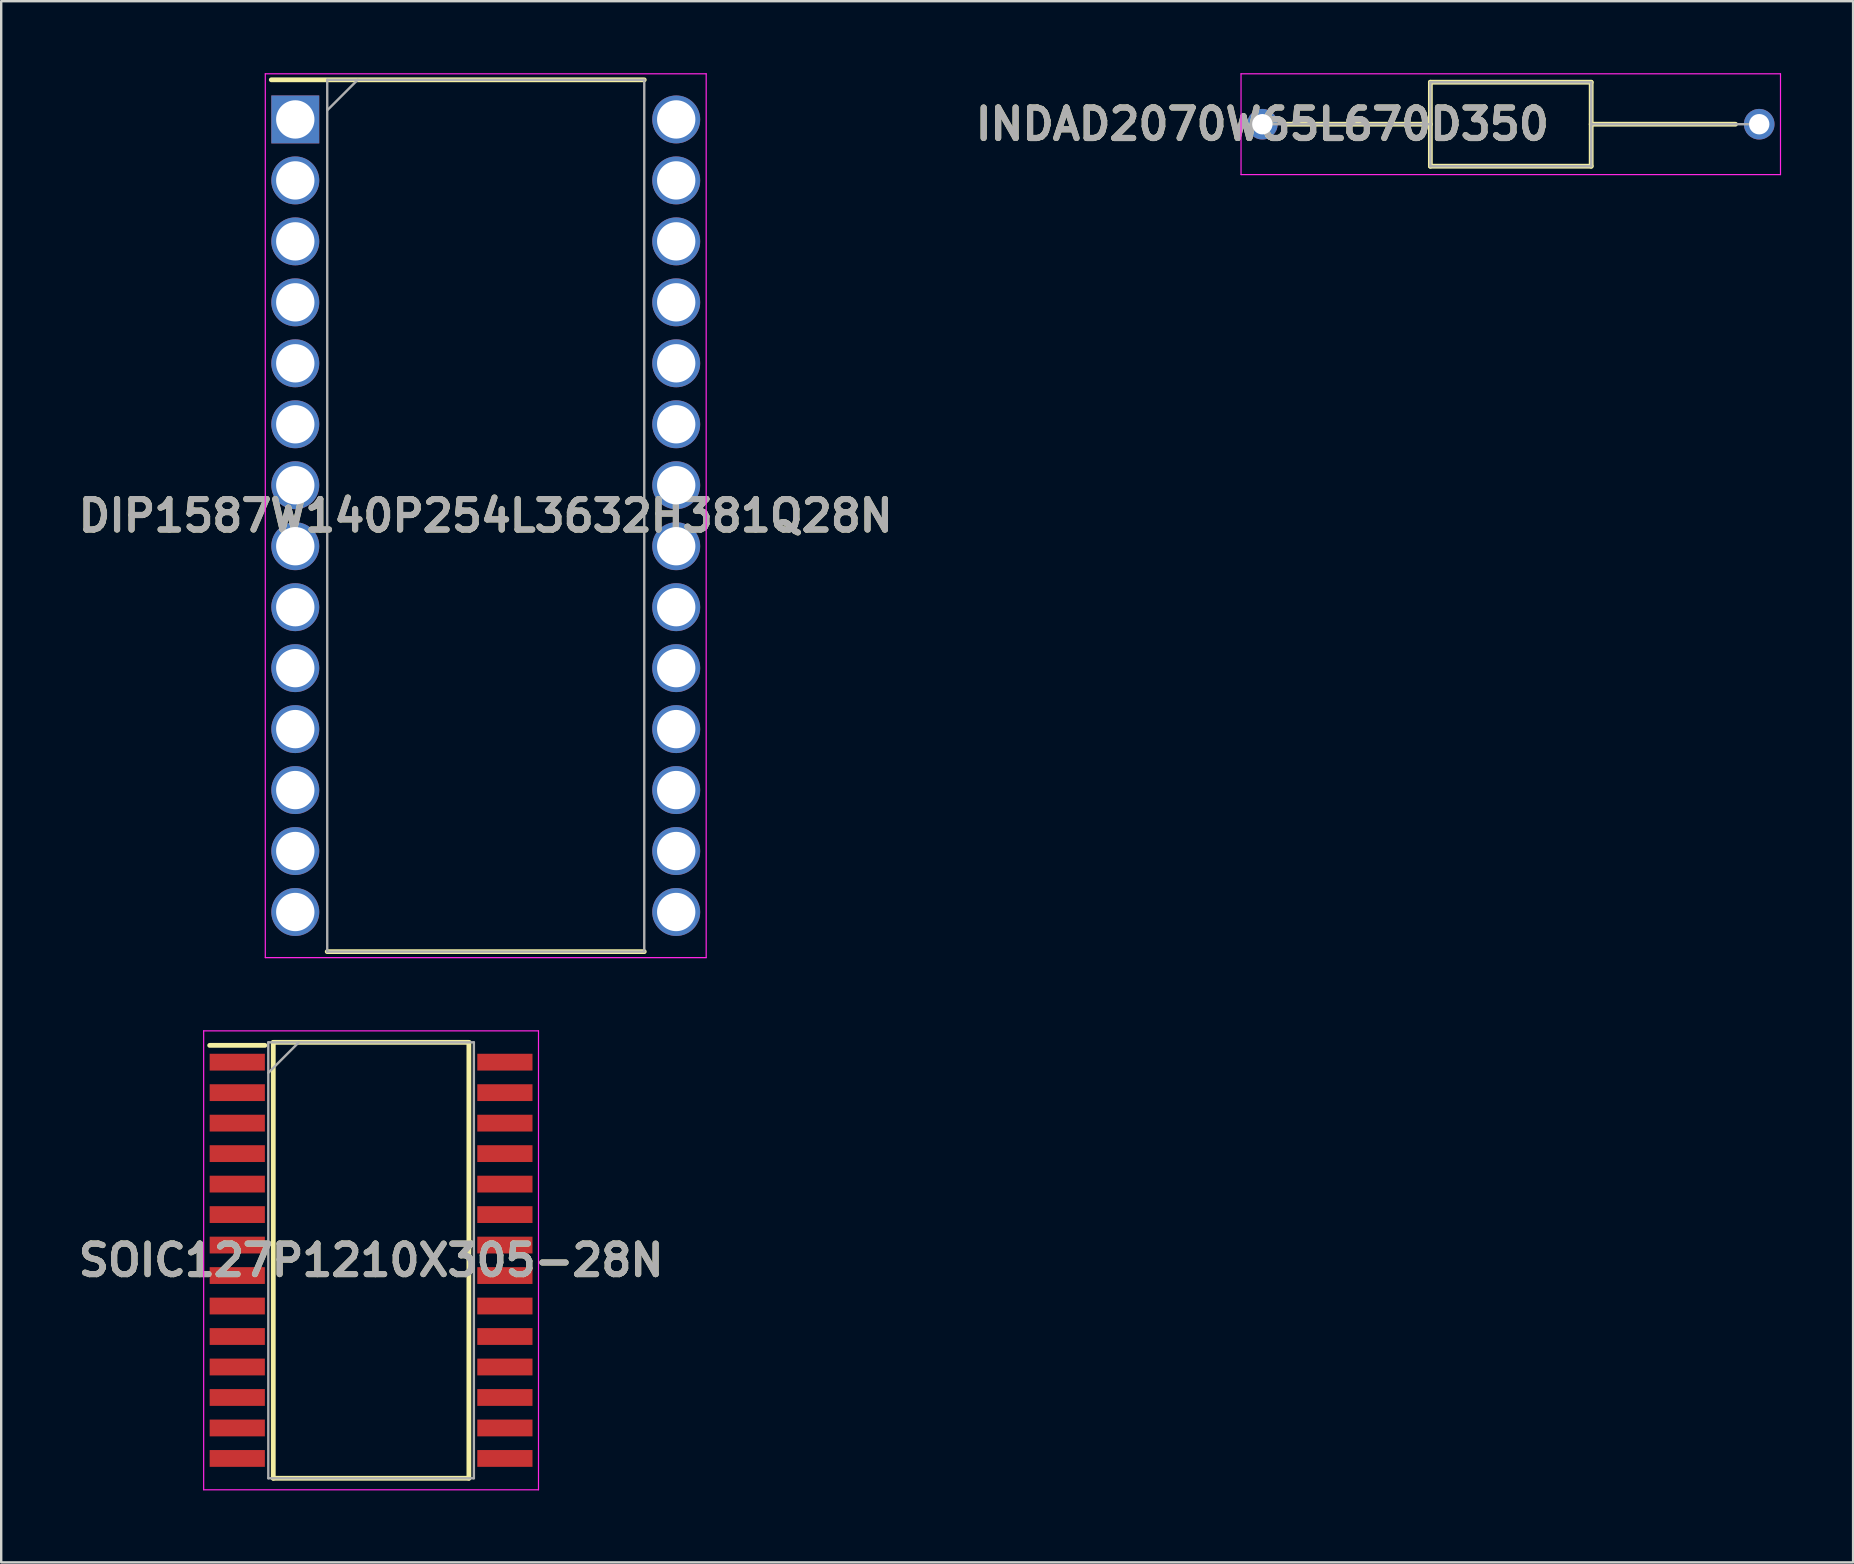
<source format=kicad_pcb>
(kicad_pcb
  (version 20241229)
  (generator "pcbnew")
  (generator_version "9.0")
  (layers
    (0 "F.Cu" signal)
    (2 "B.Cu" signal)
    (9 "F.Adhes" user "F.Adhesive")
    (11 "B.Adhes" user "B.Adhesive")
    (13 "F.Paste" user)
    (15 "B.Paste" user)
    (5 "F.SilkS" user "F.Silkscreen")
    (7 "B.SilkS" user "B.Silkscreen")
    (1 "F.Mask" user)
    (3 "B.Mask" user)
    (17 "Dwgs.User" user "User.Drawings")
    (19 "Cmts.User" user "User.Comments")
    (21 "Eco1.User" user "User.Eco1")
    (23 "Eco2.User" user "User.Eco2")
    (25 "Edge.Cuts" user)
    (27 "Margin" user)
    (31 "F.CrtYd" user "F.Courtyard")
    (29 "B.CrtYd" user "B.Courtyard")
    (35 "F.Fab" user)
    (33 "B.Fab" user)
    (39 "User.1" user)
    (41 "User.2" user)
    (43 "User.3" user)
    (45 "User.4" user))
  (footprint "INDAD2070W65L670D350"
    (layer "F.Cu")
    (at 49.542 2.125)
    (property "Reference" "INDAD2070W65L670D350" (at 0 0 0) (layer "F.SilkS") (effects (font (size 1.27 1.27) (thickness 0.254))))
    (attr through_hole)
    (fp_line (start 0.988 0) (end 7 0) (stroke (width 0.2) (type solid)) (layer "F.SilkS"))
    (fp_line (start 7 -1.75) (end 13.7 -1.75) (stroke (width 0.2) (type solid)) (layer "F.SilkS"))
    (fp_line (start 7 1.75) (end 7 -1.75) (stroke (width 0.2) (type solid)) (layer "F.SilkS"))
    (fp_line (start 13.7 -1.75) (end 13.7 1.75) (stroke (width 0.2) (type solid)) (layer "F.SilkS"))
    (fp_line (start 13.7 0) (end 19.712 0) (stroke (width 0.2) (type solid)) (layer "F.SilkS"))
    (fp_line (start 13.7 1.75) (end 7 1.75) (stroke (width 0.2) (type solid)) (layer "F.SilkS"))
    (fp_line (start -0.888 -2.1) (end 21.587 -2.1) (stroke (width 0.05) (type solid)) (layer "F.CrtYd"))
    (fp_line (start -0.888 2.1) (end -0.888 -2.1) (stroke (width 0.05) (type solid)) (layer "F.CrtYd"))
    (fp_line (start 21.587 -2.1) (end 21.587 2.1) (stroke (width 0.05) (type solid)) (layer "F.CrtYd"))
    (fp_line (start 21.587 2.1) (end -0.888 2.1) (stroke (width 0.05) (type solid)) (layer "F.CrtYd"))
    (fp_line (start 0 0) (end 7 0) (stroke (width 0.1) (type solid)) (layer "F.Fab"))
    (fp_line (start 7 -1.75) (end 13.7 -1.75) (stroke (width 0.1) (type solid)) (layer "F.Fab"))
    (fp_line (start 7 1.75) (end 7 -1.75) (stroke (width 0.1) (type solid)) (layer "F.Fab"))
    (fp_line (start 13.7 -1.75) (end 13.7 1.75) (stroke (width 0.1) (type solid)) (layer "F.Fab"))
    (fp_line (start 13.7 0) (end 20.7 0) (stroke (width 0.1) (type solid)) (layer "F.Fab"))
    (fp_line (start 13.7 1.75) (end 7 1.75) (stroke (width 0.1) (type solid)) (layer "F.Fab"))
    (fp_text user "${REFERENCE}" (at 0 0 0) (layer "F.Fab") (effects (font (size 1.27 1.27) (thickness 0.254))))
    (pad "1" thru_hole circle (at 0 0) (size 1.275 1.275) (drill 0.85) (layers "*.Cu" "*.Mask"))
    (pad "2" thru_hole circle (at 20.7 0) (size 1.275 1.275) (drill 0.85) (layers "*.Cu" "*.Mask")))
  (footprint "DIP1587W140P254L3632H381Q28N"
    (layer "F.Cu")
    (at 17.187 18.436)
    (property "Reference" "DIP1587W140P254L3632H381Q28N" (at 0 0 0) (layer "F.SilkS") (effects (font (size 1.27 1.27) (thickness 0.254))))
    (attr through_hole)
    (fp_line (start -8.934 -18.161) (end 6.604 -18.161) (stroke (width 0.2) (type solid)) (layer "F.SilkS"))
    (fp_line (start -6.604 18.161) (end 6.604 18.161) (stroke (width 0.2) (type solid)) (layer "F.SilkS"))
    (fp_line (start -9.184 -18.411) (end 9.184 -18.411) (stroke (width 0.05) (type solid)) (layer "F.CrtYd"))
    (fp_line (start -9.184 18.411) (end -9.184 -18.411) (stroke (width 0.05) (type solid)) (layer "F.CrtYd"))
    (fp_line (start 9.184 -18.411) (end 9.184 18.411) (stroke (width 0.05) (type solid)) (layer "F.CrtYd"))
    (fp_line (start 9.184 18.411) (end -9.184 18.411) (stroke (width 0.05) (type solid)) (layer "F.CrtYd"))
    (fp_line (start -6.604 -18.161) (end 6.604 -18.161) (stroke (width 0.1) (type solid)) (layer "F.Fab"))
    (fp_line (start -6.604 -16.891) (end -5.334 -18.161) (stroke (width 0.1) (type solid)) (layer "F.Fab"))
    (fp_line (start -6.604 18.161) (end -6.604 -18.161) (stroke (width 0.1) (type solid)) (layer "F.Fab"))
    (fp_line (start 6.604 -18.161) (end 6.604 18.161) (stroke (width 0.1) (type solid)) (layer "F.Fab"))
    (fp_line (start 6.604 18.161) (end -6.604 18.161) (stroke (width 0.1) (type solid)) (layer "F.Fab"))
    (fp_text user "${REFERENCE}" (at 0 0 0) (layer "F.Fab") (effects (font (size 1.27 1.27) (thickness 0.254))))
    (pad "1" thru_hole rect (at -7.935 -16.51) (size 1.997 1.997) (drill 1.597) (layers "*.Cu" "*.Mask"))
    (pad "2" thru_hole circle (at -7.935 -13.97) (size 1.997 1.997) (drill 1.597) (layers "*.Cu" "*.Mask"))
    (pad "3" thru_hole circle (at -7.935 -11.43) (size 1.997 1.997) (drill 1.597) (layers "*.Cu" "*.Mask"))
    (pad "4" thru_hole circle (at -7.935 -8.89) (size 1.997 1.997) (drill 1.597) (layers "*.Cu" "*.Mask"))
    (pad "5" thru_hole circle (at -7.935 -6.35) (size 1.997 1.997) (drill 1.597) (layers "*.Cu" "*.Mask"))
    (pad "6" thru_hole circle (at -7.935 -3.81) (size 1.997 1.997) (drill 1.597) (layers "*.Cu" "*.Mask"))
    (pad "7" thru_hole circle (at -7.935 -1.27) (size 1.997 1.997) (drill 1.597) (layers "*.Cu" "*.Mask"))
    (pad "8" thru_hole circle (at -7.935 1.27) (size 1.997 1.997) (drill 1.597) (layers "*.Cu" "*.Mask"))
    (pad "9" thru_hole circle (at -7.935 3.81) (size 1.997 1.997) (drill 1.597) (layers "*.Cu" "*.Mask"))
    (pad "10" thru_hole circle (at -7.935 6.35) (size 1.997 1.997) (drill 1.597) (layers "*.Cu" "*.Mask"))
    (pad "11" thru_hole circle (at -7.935 8.89) (size 1.997 1.997) (drill 1.597) (layers "*.Cu" "*.Mask"))
    (pad "12" thru_hole circle (at -7.935 11.43) (size 1.997 1.997) (drill 1.597) (layers "*.Cu" "*.Mask"))
    (pad "13" thru_hole circle (at -7.935 13.97) (size 1.997 1.997) (drill 1.597) (layers "*.Cu" "*.Mask"))
    (pad "14" thru_hole circle (at -7.935 16.51) (size 1.997 1.997) (drill 1.597) (layers "*.Cu" "*.Mask"))
    (pad "15" thru_hole circle (at 7.935 16.51) (size 1.997 1.997) (drill 1.597) (layers "*.Cu" "*.Mask"))
    (pad "16" thru_hole circle (at 7.935 13.97) (size 1.997 1.997) (drill 1.597) (layers "*.Cu" "*.Mask"))
    (pad "17" thru_hole circle (at 7.935 11.43) (size 1.997 1.997) (drill 1.597) (layers "*.Cu" "*.Mask"))
    (pad "18" thru_hole circle (at 7.935 8.89) (size 1.997 1.997) (drill 1.597) (layers "*.Cu" "*.Mask"))
    (pad "19" thru_hole circle (at 7.935 6.35) (size 1.997 1.997) (drill 1.597) (layers "*.Cu" "*.Mask"))
    (pad "20" thru_hole circle (at 7.935 3.81) (size 1.997 1.997) (drill 1.597) (layers "*.Cu" "*.Mask"))
    (pad "21" thru_hole circle (at 7.935 1.27) (size 1.997 1.997) (drill 1.597) (layers "*.Cu" "*.Mask"))
    (pad "22" thru_hole circle (at 7.935 -1.27) (size 1.997 1.997) (drill 1.597) (layers "*.Cu" "*.Mask"))
    (pad "23" thru_hole circle (at 7.935 -3.81) (size 1.997 1.997) (drill 1.597) (layers "*.Cu" "*.Mask"))
    (pad "24" thru_hole circle (at 7.935 -6.35) (size 1.997 1.997) (drill 1.597) (layers "*.Cu" "*.Mask"))
    (pad "25" thru_hole circle (at 7.935 -8.89) (size 1.997 1.997) (drill 1.597) (layers "*.Cu" "*.Mask"))
    (pad "26" thru_hole circle (at 7.935 -11.43) (size 1.997 1.997) (drill 1.597) (layers "*.Cu" "*.Mask"))
    (pad "27" thru_hole circle (at 7.935 -13.97) (size 1.997 1.997) (drill 1.597) (layers "*.Cu" "*.Mask"))
    (pad "28" thru_hole circle (at 7.935 -16.51) (size 1.997 1.997) (drill 1.597) (layers "*.Cu" "*.Mask")))
  (footprint "SOIC127P1210X305-28N"
    (layer "F.Cu")
    (at 12.41 49.457)
    (property "Reference" "SOIC127P1210X305-28N" (at 0 0 0) (layer "F.SilkS") (effects (font (size 1.27 1.27) (thickness 0.254))))
    (attr smd)
    (fp_line (start -6.725 -8.955) (end -4.425 -8.955) (stroke (width 0.2) (type solid)) (layer "F.SilkS"))
    (fp_line (start -4.075 -9.08) (end 4.075 -9.08) (stroke (width 0.2) (type solid)) (layer "F.SilkS"))
    (fp_line (start -4.075 9.08) (end -4.075 -9.08) (stroke (width 0.2) (type solid)) (layer "F.SilkS"))
    (fp_line (start 4.075 -9.08) (end 4.075 9.08) (stroke (width 0.2) (type solid)) (layer "F.SilkS"))
    (fp_line (start 4.075 9.08) (end -4.075 9.08) (stroke (width 0.2) (type solid)) (layer "F.SilkS"))
    (fp_line (start -6.975 -9.56) (end 6.975 -9.56) (stroke (width 0.05) (type solid)) (layer "F.CrtYd"))
    (fp_line (start -6.975 9.56) (end -6.975 -9.56) (stroke (width 0.05) (type solid)) (layer "F.CrtYd"))
    (fp_line (start 6.975 -9.56) (end 6.975 9.56) (stroke (width 0.05) (type solid)) (layer "F.CrtYd"))
    (fp_line (start 6.975 9.56) (end -6.975 9.56) (stroke (width 0.05) (type solid)) (layer "F.CrtYd"))
    (fp_line (start -4.282 -9.08) (end 4.282 -9.08) (stroke (width 0.1) (type solid)) (layer "F.Fab"))
    (fp_line (start -4.282 -7.81) (end -3.012 -9.08) (stroke (width 0.1) (type solid)) (layer "F.Fab"))
    (fp_line (start -4.282 9.08) (end -4.282 -9.08) (stroke (width 0.1) (type solid)) (layer "F.Fab"))
    (fp_line (start 4.282 -9.08) (end 4.282 9.08) (stroke (width 0.1) (type solid)) (layer "F.Fab"))
    (fp_line (start 4.282 9.08) (end -4.282 9.08) (stroke (width 0.1) (type solid)) (layer "F.Fab"))
    (fp_text user "${REFERENCE}" (at 0 0 0) (layer "F.Fab") (effects (font (size 1.27 1.27) (thickness 0.254))))
    (pad "1" smd rect (at -5.575 -8.255 90) (size 0.7 2.3) (layers "F.Cu" "F.Mask" "F.Paste"))
    (pad "2" smd rect (at -5.575 -6.985 90) (size 0.7 2.3) (layers "F.Cu" "F.Mask" "F.Paste"))
    (pad "3" smd rect (at -5.575 -5.715 90) (size 0.7 2.3) (layers "F.Cu" "F.Mask" "F.Paste"))
    (pad "4" smd rect (at -5.575 -4.445 90) (size 0.7 2.3) (layers "F.Cu" "F.Mask" "F.Paste"))
    (pad "5" smd rect (at -5.575 -3.175 90) (size 0.7 2.3) (layers "F.Cu" "F.Mask" "F.Paste"))
    (pad "6" smd rect (at -5.575 -1.905 90) (size 0.7 2.3) (layers "F.Cu" "F.Mask" "F.Paste"))
    (pad "7" smd rect (at -5.575 -0.635 90) (size 0.7 2.3) (layers "F.Cu" "F.Mask" "F.Paste"))
    (pad "8" smd rect (at -5.575 0.635 90) (size 0.7 2.3) (layers "F.Cu" "F.Mask" "F.Paste"))
    (pad "9" smd rect (at -5.575 1.905 90) (size 0.7 2.3) (layers "F.Cu" "F.Mask" "F.Paste"))
    (pad "10" smd rect (at -5.575 3.175 90) (size 0.7 2.3) (layers "F.Cu" "F.Mask" "F.Paste"))
    (pad "11" smd rect (at -5.575 4.445 90) (size 0.7 2.3) (layers "F.Cu" "F.Mask" "F.Paste"))
    (pad "12" smd rect (at -5.575 5.715 90) (size 0.7 2.3) (layers "F.Cu" "F.Mask" "F.Paste"))
    (pad "13" smd rect (at -5.575 6.985 90) (size 0.7 2.3) (layers "F.Cu" "F.Mask" "F.Paste"))
    (pad "14" smd rect (at -5.575 8.255 90) (size 0.7 2.3) (layers "F.Cu" "F.Mask" "F.Paste"))
    (pad "15" smd rect (at 5.575 8.255 90) (size 0.7 2.3) (layers "F.Cu" "F.Mask" "F.Paste"))
    (pad "16" smd rect (at 5.575 6.985 90) (size 0.7 2.3) (layers "F.Cu" "F.Mask" "F.Paste"))
    (pad "17" smd rect (at 5.575 5.715 90) (size 0.7 2.3) (layers "F.Cu" "F.Mask" "F.Paste"))
    (pad "18" smd rect (at 5.575 4.445 90) (size 0.7 2.3) (layers "F.Cu" "F.Mask" "F.Paste"))
    (pad "19" smd rect (at 5.575 3.175 90) (size 0.7 2.3) (layers "F.Cu" "F.Mask" "F.Paste"))
    (pad "20" smd rect (at 5.575 1.905 90) (size 0.7 2.3) (layers "F.Cu" "F.Mask" "F.Paste"))
    (pad "21" smd rect (at 5.575 0.635 90) (size 0.7 2.3) (layers "F.Cu" "F.Mask" "F.Paste"))
    (pad "22" smd rect (at 5.575 -0.635 90) (size 0.7 2.3) (layers "F.Cu" "F.Mask" "F.Paste"))
    (pad "23" smd rect (at 5.575 -1.905 90) (size 0.7 2.3) (layers "F.Cu" "F.Mask" "F.Paste"))
    (pad "24" smd rect (at 5.575 -3.175 90) (size 0.7 2.3) (layers "F.Cu" "F.Mask" "F.Paste"))
    (pad "25" smd rect (at 5.575 -4.445 90) (size 0.7 2.3) (layers "F.Cu" "F.Mask" "F.Paste"))
    (pad "26" smd rect (at 5.575 -5.715 90) (size 0.7 2.3) (layers "F.Cu" "F.Mask" "F.Paste"))
    (pad "27" smd rect (at 5.575 -6.985 90) (size 0.7 2.3) (layers "F.Cu" "F.Mask" "F.Paste"))
    (pad "28" smd rect (at 5.575 -8.255 90) (size 0.7 2.3) (layers "F.Cu" "F.Mask" "F.Paste")))
  (gr_rect
    (start -3 -3)
    (end 74.154 62.042)
    (stroke (width 0.1) (type default))
    (fill no)
    (layer "Edge.Cuts")))
</source>
